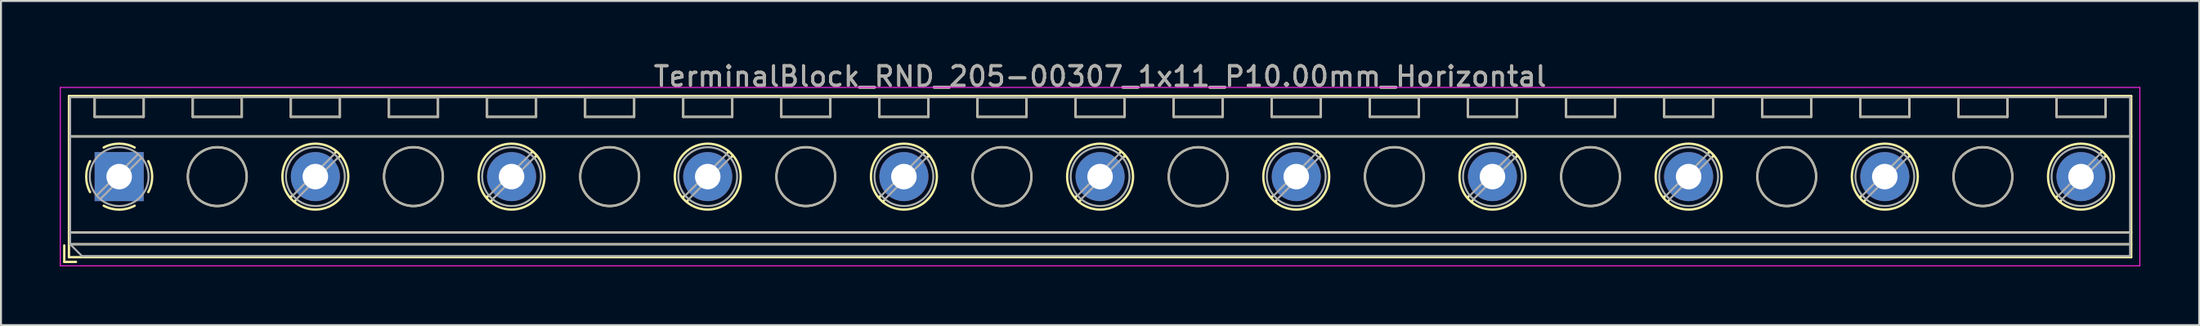
<source format=kicad_pcb>
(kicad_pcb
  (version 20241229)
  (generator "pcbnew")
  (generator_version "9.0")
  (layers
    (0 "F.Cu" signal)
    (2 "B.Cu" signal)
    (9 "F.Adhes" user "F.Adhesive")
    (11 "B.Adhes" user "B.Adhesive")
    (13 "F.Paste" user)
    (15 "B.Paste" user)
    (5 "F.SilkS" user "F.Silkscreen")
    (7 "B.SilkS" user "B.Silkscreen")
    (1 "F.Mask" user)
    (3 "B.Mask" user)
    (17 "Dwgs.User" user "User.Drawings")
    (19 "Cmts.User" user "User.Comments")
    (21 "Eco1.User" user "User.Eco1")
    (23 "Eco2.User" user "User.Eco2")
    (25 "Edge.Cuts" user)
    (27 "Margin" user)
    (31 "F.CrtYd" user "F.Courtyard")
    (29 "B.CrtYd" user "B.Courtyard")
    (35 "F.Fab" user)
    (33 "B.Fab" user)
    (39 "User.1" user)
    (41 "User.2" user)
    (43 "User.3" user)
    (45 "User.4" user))
  (footprint "TerminalBlock_RND_205-00307_1x11_P10.00mm_Horizontal"
    (layer "F.Cu")
    (at 3.025 5.958)
    (property "Reference" "TerminalBlock_RND_205-00307_1x11_P10.00mm_Horizontal" (at 50 -5.11 0) (layer "F.SilkS") (effects (font (size 1 1) (thickness 0.15))))
    (attr through_hole)
    (fp_line (start -2.8 3.51) (end -2.8 4.35) (stroke (width 0.12) (type solid)) (layer "F.SilkS"))
    (fp_line (start -2.8 4.35) (end -2.2 4.35) (stroke (width 0.12) (type solid)) (layer "F.SilkS"))
    (fp_line (start -2.56 -4.11) (end -2.56 4.11) (stroke (width 0.12) (type solid)) (layer "F.SilkS"))
    (fp_line (start -2.56 -4.11) (end 102.56 -4.11) (stroke (width 0.12) (type solid)) (layer "F.SilkS"))
    (fp_line (start -2.56 -2.05) (end 102.56 -2.05) (stroke (width 0.12) (type solid)) (layer "F.SilkS"))
    (fp_line (start -2.56 2.85) (end 102.56 2.85) (stroke (width 0.12) (type solid)) (layer "F.SilkS"))
    (fp_line (start -2.56 3.45) (end 102.56 3.45) (stroke (width 0.12) (type solid)) (layer "F.SilkS"))
    (fp_line (start -2.56 4.11) (end 102.56 4.11) (stroke (width 0.12) (type solid)) (layer "F.SilkS"))
    (fp_line (start -1.25 -4.05) (end -1.25 -3.05) (stroke (width 0.12) (type solid)) (layer "F.SilkS"))
    (fp_line (start -1.25 -4.05) (end 1.25 -4.05) (stroke (width 0.12) (type solid)) (layer "F.SilkS"))
    (fp_line (start -1.25 -3.05) (end 1.25 -3.05) (stroke (width 0.12) (type solid)) (layer "F.SilkS"))
    (fp_line (start 1.25 -4.05) (end 1.25 -3.05) (stroke (width 0.12) (type solid)) (layer "F.SilkS"))
    (fp_line (start 3.75 -4.05) (end 3.75 -3.05) (stroke (width 0.12) (type solid)) (layer "F.SilkS"))
    (fp_line (start 3.75 -4.05) (end 6.25 -4.05) (stroke (width 0.12) (type solid)) (layer "F.SilkS"))
    (fp_line (start 3.75 -3.05) (end 6.25 -3.05) (stroke (width 0.12) (type solid)) (layer "F.SilkS"))
    (fp_line (start 6.25 -4.05) (end 6.25 -3.05) (stroke (width 0.12) (type solid)) (layer "F.SilkS"))
    (fp_line (start 8.75 -4.05) (end 8.75 -3.05) (stroke (width 0.12) (type solid)) (layer "F.SilkS"))
    (fp_line (start 8.75 -4.05) (end 11.25 -4.05) (stroke (width 0.12) (type solid)) (layer "F.SilkS"))
    (fp_line (start 8.75 -3.05) (end 11.25 -3.05) (stroke (width 0.12) (type solid)) (layer "F.SilkS"))
    (fp_line (start 8.82 0.976) (end 8.726 1.069) (stroke (width 0.12) (type solid)) (layer "F.SilkS"))
    (fp_line (start 8.99 1.216) (end 8.931 1.274) (stroke (width 0.12) (type solid)) (layer "F.SilkS"))
    (fp_line (start 11.07 -1.275) (end 11.011 -1.216) (stroke (width 0.12) (type solid)) (layer "F.SilkS"))
    (fp_line (start 11.25 -4.05) (end 11.25 -3.05) (stroke (width 0.12) (type solid)) (layer "F.SilkS"))
    (fp_line (start 11.275 -1.069) (end 11.181 -0.976) (stroke (width 0.12) (type solid)) (layer "F.SilkS"))
    (fp_line (start 13.75 -4.05) (end 13.75 -3.05) (stroke (width 0.12) (type solid)) (layer "F.SilkS"))
    (fp_line (start 13.75 -4.05) (end 16.25 -4.05) (stroke (width 0.12) (type solid)) (layer "F.SilkS"))
    (fp_line (start 13.75 -3.05) (end 16.25 -3.05) (stroke (width 0.12) (type solid)) (layer "F.SilkS"))
    (fp_line (start 16.25 -4.05) (end 16.25 -3.05) (stroke (width 0.12) (type solid)) (layer "F.SilkS"))
    (fp_line (start 18.75 -4.05) (end 18.75 -3.05) (stroke (width 0.12) (type solid)) (layer "F.SilkS"))
    (fp_line (start 18.75 -4.05) (end 21.25 -4.05) (stroke (width 0.12) (type solid)) (layer "F.SilkS"))
    (fp_line (start 18.75 -3.05) (end 21.25 -3.05) (stroke (width 0.12) (type solid)) (layer "F.SilkS"))
    (fp_line (start 18.82 0.976) (end 18.726 1.069) (stroke (width 0.12) (type solid)) (layer "F.SilkS"))
    (fp_line (start 18.99 1.216) (end 18.931 1.274) (stroke (width 0.12) (type solid)) (layer "F.SilkS"))
    (fp_line (start 21.07 -1.275) (end 21.011 -1.216) (stroke (width 0.12) (type solid)) (layer "F.SilkS"))
    (fp_line (start 21.25 -4.05) (end 21.25 -3.05) (stroke (width 0.12) (type solid)) (layer "F.SilkS"))
    (fp_line (start 21.275 -1.069) (end 21.181 -0.976) (stroke (width 0.12) (type solid)) (layer "F.SilkS"))
    (fp_line (start 23.75 -4.05) (end 23.75 -3.05) (stroke (width 0.12) (type solid)) (layer "F.SilkS"))
    (fp_line (start 23.75 -4.05) (end 26.25 -4.05) (stroke (width 0.12) (type solid)) (layer "F.SilkS"))
    (fp_line (start 23.75 -3.05) (end 26.25 -3.05) (stroke (width 0.12) (type solid)) (layer "F.SilkS"))
    (fp_line (start 26.25 -4.05) (end 26.25 -3.05) (stroke (width 0.12) (type solid)) (layer "F.SilkS"))
    (fp_line (start 28.75 -4.05) (end 28.75 -3.05) (stroke (width 0.12) (type solid)) (layer "F.SilkS"))
    (fp_line (start 28.75 -4.05) (end 31.25 -4.05) (stroke (width 0.12) (type solid)) (layer "F.SilkS"))
    (fp_line (start 28.75 -3.05) (end 31.25 -3.05) (stroke (width 0.12) (type solid)) (layer "F.SilkS"))
    (fp_line (start 28.82 0.976) (end 28.726 1.069) (stroke (width 0.12) (type solid)) (layer "F.SilkS"))
    (fp_line (start 28.99 1.216) (end 28.931 1.274) (stroke (width 0.12) (type solid)) (layer "F.SilkS"))
    (fp_line (start 31.07 -1.275) (end 31.011 -1.216) (stroke (width 0.12) (type solid)) (layer "F.SilkS"))
    (fp_line (start 31.25 -4.05) (end 31.25 -3.05) (stroke (width 0.12) (type solid)) (layer "F.SilkS"))
    (fp_line (start 31.275 -1.069) (end 31.181 -0.976) (stroke (width 0.12) (type solid)) (layer "F.SilkS"))
    (fp_line (start 33.75 -4.05) (end 33.75 -3.05) (stroke (width 0.12) (type solid)) (layer "F.SilkS"))
    (fp_line (start 33.75 -4.05) (end 36.25 -4.05) (stroke (width 0.12) (type solid)) (layer "F.SilkS"))
    (fp_line (start 33.75 -3.05) (end 36.25 -3.05) (stroke (width 0.12) (type solid)) (layer "F.SilkS"))
    (fp_line (start 36.25 -4.05) (end 36.25 -3.05) (stroke (width 0.12) (type solid)) (layer "F.SilkS"))
    (fp_line (start 38.75 -4.05) (end 38.75 -3.05) (stroke (width 0.12) (type solid)) (layer "F.SilkS"))
    (fp_line (start 38.75 -4.05) (end 41.25 -4.05) (stroke (width 0.12) (type solid)) (layer "F.SilkS"))
    (fp_line (start 38.75 -3.05) (end 41.25 -3.05) (stroke (width 0.12) (type solid)) (layer "F.SilkS"))
    (fp_line (start 38.82 0.976) (end 38.726 1.069) (stroke (width 0.12) (type solid)) (layer "F.SilkS"))
    (fp_line (start 38.99 1.216) (end 38.931 1.274) (stroke (width 0.12) (type solid)) (layer "F.SilkS"))
    (fp_line (start 41.07 -1.275) (end 41.011 -1.216) (stroke (width 0.12) (type solid)) (layer "F.SilkS"))
    (fp_line (start 41.25 -4.05) (end 41.25 -3.05) (stroke (width 0.12) (type solid)) (layer "F.SilkS"))
    (fp_line (start 41.275 -1.069) (end 41.181 -0.976) (stroke (width 0.12) (type solid)) (layer "F.SilkS"))
    (fp_line (start 43.75 -4.05) (end 43.75 -3.05) (stroke (width 0.12) (type solid)) (layer "F.SilkS"))
    (fp_line (start 43.75 -4.05) (end 46.25 -4.05) (stroke (width 0.12) (type solid)) (layer "F.SilkS"))
    (fp_line (start 43.75 -3.05) (end 46.25 -3.05) (stroke (width 0.12) (type solid)) (layer "F.SilkS"))
    (fp_line (start 46.25 -4.05) (end 46.25 -3.05) (stroke (width 0.12) (type solid)) (layer "F.SilkS"))
    (fp_line (start 48.75 -4.05) (end 48.75 -3.05) (stroke (width 0.12) (type solid)) (layer "F.SilkS"))
    (fp_line (start 48.75 -4.05) (end 51.25 -4.05) (stroke (width 0.12) (type solid)) (layer "F.SilkS"))
    (fp_line (start 48.75 -3.05) (end 51.25 -3.05) (stroke (width 0.12) (type solid)) (layer "F.SilkS"))
    (fp_line (start 48.82 0.976) (end 48.726 1.069) (stroke (width 0.12) (type solid)) (layer "F.SilkS"))
    (fp_line (start 48.99 1.216) (end 48.931 1.274) (stroke (width 0.12) (type solid)) (layer "F.SilkS"))
    (fp_line (start 51.07 -1.275) (end 51.011 -1.216) (stroke (width 0.12) (type solid)) (layer "F.SilkS"))
    (fp_line (start 51.25 -4.05) (end 51.25 -3.05) (stroke (width 0.12) (type solid)) (layer "F.SilkS"))
    (fp_line (start 51.275 -1.069) (end 51.181 -0.976) (stroke (width 0.12) (type solid)) (layer "F.SilkS"))
    (fp_line (start 53.75 -4.05) (end 53.75 -3.05) (stroke (width 0.12) (type solid)) (layer "F.SilkS"))
    (fp_line (start 53.75 -4.05) (end 56.25 -4.05) (stroke (width 0.12) (type solid)) (layer "F.SilkS"))
    (fp_line (start 53.75 -3.05) (end 56.25 -3.05) (stroke (width 0.12) (type solid)) (layer "F.SilkS"))
    (fp_line (start 56.25 -4.05) (end 56.25 -3.05) (stroke (width 0.12) (type solid)) (layer "F.SilkS"))
    (fp_line (start 58.75 -4.05) (end 58.75 -3.05) (stroke (width 0.12) (type solid)) (layer "F.SilkS"))
    (fp_line (start 58.75 -4.05) (end 61.25 -4.05) (stroke (width 0.12) (type solid)) (layer "F.SilkS"))
    (fp_line (start 58.75 -3.05) (end 61.25 -3.05) (stroke (width 0.12) (type solid)) (layer "F.SilkS"))
    (fp_line (start 58.82 0.976) (end 58.726 1.069) (stroke (width 0.12) (type solid)) (layer "F.SilkS"))
    (fp_line (start 58.99 1.216) (end 58.931 1.274) (stroke (width 0.12) (type solid)) (layer "F.SilkS"))
    (fp_line (start 61.07 -1.275) (end 61.011 -1.216) (stroke (width 0.12) (type solid)) (layer "F.SilkS"))
    (fp_line (start 61.25 -4.05) (end 61.25 -3.05) (stroke (width 0.12) (type solid)) (layer "F.SilkS"))
    (fp_line (start 61.275 -1.069) (end 61.181 -0.976) (stroke (width 0.12) (type solid)) (layer "F.SilkS"))
    (fp_line (start 63.75 -4.05) (end 63.75 -3.05) (stroke (width 0.12) (type solid)) (layer "F.SilkS"))
    (fp_line (start 63.75 -4.05) (end 66.25 -4.05) (stroke (width 0.12) (type solid)) (layer "F.SilkS"))
    (fp_line (start 63.75 -3.05) (end 66.25 -3.05) (stroke (width 0.12) (type solid)) (layer "F.SilkS"))
    (fp_line (start 66.25 -4.05) (end 66.25 -3.05) (stroke (width 0.12) (type solid)) (layer "F.SilkS"))
    (fp_line (start 68.75 -4.05) (end 68.75 -3.05) (stroke (width 0.12) (type solid)) (layer "F.SilkS"))
    (fp_line (start 68.75 -4.05) (end 71.25 -4.05) (stroke (width 0.12) (type solid)) (layer "F.SilkS"))
    (fp_line (start 68.75 -3.05) (end 71.25 -3.05) (stroke (width 0.12) (type solid)) (layer "F.SilkS"))
    (fp_line (start 68.82 0.976) (end 68.726 1.069) (stroke (width 0.12) (type solid)) (layer "F.SilkS"))
    (fp_line (start 68.99 1.216) (end 68.931 1.274) (stroke (width 0.12) (type solid)) (layer "F.SilkS"))
    (fp_line (start 71.07 -1.275) (end 71.011 -1.216) (stroke (width 0.12) (type solid)) (layer "F.SilkS"))
    (fp_line (start 71.25 -4.05) (end 71.25 -3.05) (stroke (width 0.12) (type solid)) (layer "F.SilkS"))
    (fp_line (start 71.275 -1.069) (end 71.181 -0.976) (stroke (width 0.12) (type solid)) (layer "F.SilkS"))
    (fp_line (start 73.75 -4.05) (end 73.75 -3.05) (stroke (width 0.12) (type solid)) (layer "F.SilkS"))
    (fp_line (start 73.75 -4.05) (end 76.25 -4.05) (stroke (width 0.12) (type solid)) (layer "F.SilkS"))
    (fp_line (start 73.75 -3.05) (end 76.25 -3.05) (stroke (width 0.12) (type solid)) (layer "F.SilkS"))
    (fp_line (start 76.25 -4.05) (end 76.25 -3.05) (stroke (width 0.12) (type solid)) (layer "F.SilkS"))
    (fp_line (start 78.75 -4.05) (end 78.75 -3.05) (stroke (width 0.12) (type solid)) (layer "F.SilkS"))
    (fp_line (start 78.75 -4.05) (end 81.25 -4.05) (stroke (width 0.12) (type solid)) (layer "F.SilkS"))
    (fp_line (start 78.75 -3.05) (end 81.25 -3.05) (stroke (width 0.12) (type solid)) (layer "F.SilkS"))
    (fp_line (start 78.82 0.976) (end 78.726 1.069) (stroke (width 0.12) (type solid)) (layer "F.SilkS"))
    (fp_line (start 78.99 1.216) (end 78.931 1.274) (stroke (width 0.12) (type solid)) (layer "F.SilkS"))
    (fp_line (start 81.07 -1.275) (end 81.011 -1.216) (stroke (width 0.12) (type solid)) (layer "F.SilkS"))
    (fp_line (start 81.25 -4.05) (end 81.25 -3.05) (stroke (width 0.12) (type solid)) (layer "F.SilkS"))
    (fp_line (start 81.275 -1.069) (end 81.181 -0.976) (stroke (width 0.12) (type solid)) (layer "F.SilkS"))
    (fp_line (start 83.75 -4.05) (end 83.75 -3.05) (stroke (width 0.12) (type solid)) (layer "F.SilkS"))
    (fp_line (start 83.75 -4.05) (end 86.25 -4.05) (stroke (width 0.12) (type solid)) (layer "F.SilkS"))
    (fp_line (start 83.75 -3.05) (end 86.25 -3.05) (stroke (width 0.12) (type solid)) (layer "F.SilkS"))
    (fp_line (start 86.25 -4.05) (end 86.25 -3.05) (stroke (width 0.12) (type solid)) (layer "F.SilkS"))
    (fp_line (start 88.75 -4.05) (end 88.75 -3.05) (stroke (width 0.12) (type solid)) (layer "F.SilkS"))
    (fp_line (start 88.75 -4.05) (end 91.25 -4.05) (stroke (width 0.12) (type solid)) (layer "F.SilkS"))
    (fp_line (start 88.75 -3.05) (end 91.25 -3.05) (stroke (width 0.12) (type solid)) (layer "F.SilkS"))
    (fp_line (start 88.82 0.976) (end 88.726 1.069) (stroke (width 0.12) (type solid)) (layer "F.SilkS"))
    (fp_line (start 88.99 1.216) (end 88.931 1.274) (stroke (width 0.12) (type solid)) (layer "F.SilkS"))
    (fp_line (start 91.07 -1.275) (end 91.011 -1.216) (stroke (width 0.12) (type solid)) (layer "F.SilkS"))
    (fp_line (start 91.25 -4.05) (end 91.25 -3.05) (stroke (width 0.12) (type solid)) (layer "F.SilkS"))
    (fp_line (start 91.275 -1.069) (end 91.181 -0.976) (stroke (width 0.12) (type solid)) (layer "F.SilkS"))
    (fp_line (start 93.75 -4.05) (end 93.75 -3.05) (stroke (width 0.12) (type solid)) (layer "F.SilkS"))
    (fp_line (start 93.75 -4.05) (end 96.25 -4.05) (stroke (width 0.12) (type solid)) (layer "F.SilkS"))
    (fp_line (start 93.75 -3.05) (end 96.25 -3.05) (stroke (width 0.12) (type solid)) (layer "F.SilkS"))
    (fp_line (start 96.25 -4.05) (end 96.25 -3.05) (stroke (width 0.12) (type solid)) (layer "F.SilkS"))
    (fp_line (start 98.75 -4.05) (end 98.75 -3.05) (stroke (width 0.12) (type solid)) (layer "F.SilkS"))
    (fp_line (start 98.75 -4.05) (end 101.25 -4.05) (stroke (width 0.12) (type solid)) (layer "F.SilkS"))
    (fp_line (start 98.75 -3.05) (end 101.25 -3.05) (stroke (width 0.12) (type solid)) (layer "F.SilkS"))
    (fp_line (start 98.82 0.976) (end 98.726 1.069) (stroke (width 0.12) (type solid)) (layer "F.SilkS"))
    (fp_line (start 98.99 1.216) (end 98.931 1.274) (stroke (width 0.12) (type solid)) (layer "F.SilkS"))
    (fp_line (start 101.07 -1.275) (end 101.011 -1.216) (stroke (width 0.12) (type solid)) (layer "F.SilkS"))
    (fp_line (start 101.25 -4.05) (end 101.25 -3.05) (stroke (width 0.12) (type solid)) (layer "F.SilkS"))
    (fp_line (start 101.275 -1.069) (end 101.181 -0.976) (stroke (width 0.12) (type solid)) (layer "F.SilkS"))
    (fp_line (start 102.56 -4.11) (end 102.56 4.11) (stroke (width 0.12) (type solid)) (layer "F.SilkS"))
    (fp_arc (start -1.483953 0.789089) (mid -1.680708 0.00005) (end -1.484 -0.789) (stroke (width 0.12) (type solid)) (layer "F.SilkS"))
    (fp_arc (start -0.789089 -1.483953) (mid -0.00005 -1.680708) (end 0.789 -1.484) (stroke (width 0.12) (type solid)) (layer "F.SilkS"))
    (fp_arc (start 0.029383 1.68045) (mid -0.392304 1.634281) (end -0.789 1.484) (stroke (width 0.12) (type solid)) (layer "F.SilkS"))
    (fp_arc (start 0.788712 1.483352) (mid 0.406429 1.630097) (end 0 1.68) (stroke (width 0.12) (type solid)) (layer "F.SilkS"))
    (fp_arc (start 1.483953 -0.789089) (mid 1.680708 -0.00005) (end 1.484 0.789) (stroke (width 0.12) (type solid)) (layer "F.SilkS"))
    (fp_circle (center 5 0) (end 6.5 0) (stroke (width 0.12) (type solid)) (fill no) (layer "F.SilkS"))
    (fp_circle (center 10 0) (end 11.68 0) (stroke (width 0.12) (type solid)) (fill no) (layer "F.SilkS"))
    (fp_circle (center 15 0) (end 16.5 0) (stroke (width 0.12) (type solid)) (fill no) (layer "F.SilkS"))
    (fp_circle (center 20 0) (end 21.68 0) (stroke (width 0.12) (type solid)) (fill no) (layer "F.SilkS"))
    (fp_circle (center 25 0) (end 26.5 0) (stroke (width 0.12) (type solid)) (fill no) (layer "F.SilkS"))
    (fp_circle (center 30 0) (end 31.68 0) (stroke (width 0.12) (type solid)) (fill no) (layer "F.SilkS"))
    (fp_circle (center 35 0) (end 36.5 0) (stroke (width 0.12) (type solid)) (fill no) (layer "F.SilkS"))
    (fp_circle (center 40 0) (end 41.68 0) (stroke (width 0.12) (type solid)) (fill no) (layer "F.SilkS"))
    (fp_circle (center 45 0) (end 46.5 0) (stroke (width 0.12) (type solid)) (fill no) (layer "F.SilkS"))
    (fp_circle (center 50 0) (end 51.68 0) (stroke (width 0.12) (type solid)) (fill no) (layer "F.SilkS"))
    (fp_circle (center 55 0) (end 56.5 0) (stroke (width 0.12) (type solid)) (fill no) (layer "F.SilkS"))
    (fp_circle (center 60 0) (end 61.68 0) (stroke (width 0.12) (type solid)) (fill no) (layer "F.SilkS"))
    (fp_circle (center 65 0) (end 66.5 0) (stroke (width 0.12) (type solid)) (fill no) (layer "F.SilkS"))
    (fp_circle (center 70 0) (end 71.68 0) (stroke (width 0.12) (type solid)) (fill no) (layer "F.SilkS"))
    (fp_circle (center 75 0) (end 76.5 0) (stroke (width 0.12) (type solid)) (fill no) (layer "F.SilkS"))
    (fp_circle (center 80 0) (end 81.68 0) (stroke (width 0.12) (type solid)) (fill no) (layer "F.SilkS"))
    (fp_circle (center 85 0) (end 86.5 0) (stroke (width 0.12) (type solid)) (fill no) (layer "F.SilkS"))
    (fp_circle (center 90 0) (end 91.68 0) (stroke (width 0.12) (type solid)) (fill no) (layer "F.SilkS"))
    (fp_circle (center 95 0) (end 96.5 0) (stroke (width 0.12) (type solid)) (fill no) (layer "F.SilkS"))
    (fp_circle (center 100 0) (end 101.68 0) (stroke (width 0.12) (type solid)) (fill no) (layer "F.SilkS"))
    (fp_line (start -3 -4.55) (end -3 4.55) (stroke (width 0.05) (type solid)) (layer "F.CrtYd"))
    (fp_line (start -3 4.55) (end 103 4.55) (stroke (width 0.05) (type solid)) (layer "F.CrtYd"))
    (fp_line (start 103 -4.55) (end -3 -4.55) (stroke (width 0.05) (type solid)) (layer "F.CrtYd"))
    (fp_line (start 103 4.55) (end 103 -4.55) (stroke (width 0.05) (type solid)) (layer "F.CrtYd"))
    (fp_line (start -2.5 -4.05) (end 102.5 -4.05) (stroke (width 0.1) (type solid)) (layer "F.Fab"))
    (fp_line (start -2.5 -2.05) (end 102.5 -2.05) (stroke (width 0.1) (type solid)) (layer "F.Fab"))
    (fp_line (start -2.5 2.85) (end 102.5 2.85) (stroke (width 0.1) (type solid)) (layer "F.Fab"))
    (fp_line (start -2.5 3.45) (end -2.5 -4.05) (stroke (width 0.1) (type solid)) (layer "F.Fab"))
    (fp_line (start -2.5 3.45) (end 102.5 3.45) (stroke (width 0.1) (type solid)) (layer "F.Fab"))
    (fp_line (start -1.9 4.05) (end -2.5 3.45) (stroke (width 0.1) (type solid)) (layer "F.Fab"))
    (fp_line (start -1.25 -4.05) (end -1.25 -3.05) (stroke (width 0.1) (type solid)) (layer "F.Fab"))
    (fp_line (start -1.25 -3.05) (end 1.25 -3.05) (stroke (width 0.1) (type solid)) (layer "F.Fab"))
    (fp_line (start 0.955 -1.138) (end -1.138 0.955) (stroke (width 0.1) (type solid)) (layer "F.Fab"))
    (fp_line (start 1.138 -0.955) (end -0.955 1.138) (stroke (width 0.1) (type solid)) (layer "F.Fab"))
    (fp_line (start 1.25 -4.05) (end -1.25 -4.05) (stroke (width 0.1) (type solid)) (layer "F.Fab"))
    (fp_line (start 1.25 -3.05) (end 1.25 -4.05) (stroke (width 0.1) (type solid)) (layer "F.Fab"))
    (fp_line (start 3.75 -4.05) (end 3.75 -3.05) (stroke (width 0.1) (type solid)) (layer "F.Fab"))
    (fp_line (start 3.75 -3.05) (end 6.25 -3.05) (stroke (width 0.1) (type solid)) (layer "F.Fab"))
    (fp_line (start 6.25 -4.05) (end 3.75 -4.05) (stroke (width 0.1) (type solid)) (layer "F.Fab"))
    (fp_line (start 6.25 -3.05) (end 6.25 -4.05) (stroke (width 0.1) (type solid)) (layer "F.Fab"))
    (fp_line (start 8.75 -4.05) (end 8.75 -3.05) (stroke (width 0.1) (type solid)) (layer "F.Fab"))
    (fp_line (start 8.75 -3.05) (end 11.25 -3.05) (stroke (width 0.1) (type solid)) (layer "F.Fab"))
    (fp_line (start 10.955 -1.138) (end 8.863 0.955) (stroke (width 0.1) (type solid)) (layer "F.Fab"))
    (fp_line (start 11.138 -0.955) (end 9.046 1.138) (stroke (width 0.1) (type solid)) (layer "F.Fab"))
    (fp_line (start 11.25 -4.05) (end 8.75 -4.05) (stroke (width 0.1) (type solid)) (layer "F.Fab"))
    (fp_line (start 11.25 -3.05) (end 11.25 -4.05) (stroke (width 0.1) (type solid)) (layer "F.Fab"))
    (fp_line (start 13.75 -4.05) (end 13.75 -3.05) (stroke (width 0.1) (type solid)) (layer "F.Fab"))
    (fp_line (start 13.75 -3.05) (end 16.25 -3.05) (stroke (width 0.1) (type solid)) (layer "F.Fab"))
    (fp_line (start 16.25 -4.05) (end 13.75 -4.05) (stroke (width 0.1) (type solid)) (layer "F.Fab"))
    (fp_line (start 16.25 -3.05) (end 16.25 -4.05) (stroke (width 0.1) (type solid)) (layer "F.Fab"))
    (fp_line (start 18.75 -4.05) (end 18.75 -3.05) (stroke (width 0.1) (type solid)) (layer "F.Fab"))
    (fp_line (start 18.75 -3.05) (end 21.25 -3.05) (stroke (width 0.1) (type solid)) (layer "F.Fab"))
    (fp_line (start 20.955 -1.138) (end 18.863 0.955) (stroke (width 0.1) (type solid)) (layer "F.Fab"))
    (fp_line (start 21.138 -0.955) (end 19.046 1.138) (stroke (width 0.1) (type solid)) (layer "F.Fab"))
    (fp_line (start 21.25 -4.05) (end 18.75 -4.05) (stroke (width 0.1) (type solid)) (layer "F.Fab"))
    (fp_line (start 21.25 -3.05) (end 21.25 -4.05) (stroke (width 0.1) (type solid)) (layer "F.Fab"))
    (fp_line (start 23.75 -4.05) (end 23.75 -3.05) (stroke (width 0.1) (type solid)) (layer "F.Fab"))
    (fp_line (start 23.75 -3.05) (end 26.25 -3.05) (stroke (width 0.1) (type solid)) (layer "F.Fab"))
    (fp_line (start 26.25 -4.05) (end 23.75 -4.05) (stroke (width 0.1) (type solid)) (layer "F.Fab"))
    (fp_line (start 26.25 -3.05) (end 26.25 -4.05) (stroke (width 0.1) (type solid)) (layer "F.Fab"))
    (fp_line (start 28.75 -4.05) (end 28.75 -3.05) (stroke (width 0.1) (type solid)) (layer "F.Fab"))
    (fp_line (start 28.75 -3.05) (end 31.25 -3.05) (stroke (width 0.1) (type solid)) (layer "F.Fab"))
    (fp_line (start 30.955 -1.138) (end 28.863 0.955) (stroke (width 0.1) (type solid)) (layer "F.Fab"))
    (fp_line (start 31.138 -0.955) (end 29.046 1.138) (stroke (width 0.1) (type solid)) (layer "F.Fab"))
    (fp_line (start 31.25 -4.05) (end 28.75 -4.05) (stroke (width 0.1) (type solid)) (layer "F.Fab"))
    (fp_line (start 31.25 -3.05) (end 31.25 -4.05) (stroke (width 0.1) (type solid)) (layer "F.Fab"))
    (fp_line (start 33.75 -4.05) (end 33.75 -3.05) (stroke (width 0.1) (type solid)) (layer "F.Fab"))
    (fp_line (start 33.75 -3.05) (end 36.25 -3.05) (stroke (width 0.1) (type solid)) (layer "F.Fab"))
    (fp_line (start 36.25 -4.05) (end 33.75 -4.05) (stroke (width 0.1) (type solid)) (layer "F.Fab"))
    (fp_line (start 36.25 -3.05) (end 36.25 -4.05) (stroke (width 0.1) (type solid)) (layer "F.Fab"))
    (fp_line (start 38.75 -4.05) (end 38.75 -3.05) (stroke (width 0.1) (type solid)) (layer "F.Fab"))
    (fp_line (start 38.75 -3.05) (end 41.25 -3.05) (stroke (width 0.1) (type solid)) (layer "F.Fab"))
    (fp_line (start 40.955 -1.138) (end 38.863 0.955) (stroke (width 0.1) (type solid)) (layer "F.Fab"))
    (fp_line (start 41.138 -0.955) (end 39.046 1.138) (stroke (width 0.1) (type solid)) (layer "F.Fab"))
    (fp_line (start 41.25 -4.05) (end 38.75 -4.05) (stroke (width 0.1) (type solid)) (layer "F.Fab"))
    (fp_line (start 41.25 -3.05) (end 41.25 -4.05) (stroke (width 0.1) (type solid)) (layer "F.Fab"))
    (fp_line (start 43.75 -4.05) (end 43.75 -3.05) (stroke (width 0.1) (type solid)) (layer "F.Fab"))
    (fp_line (start 43.75 -3.05) (end 46.25 -3.05) (stroke (width 0.1) (type solid)) (layer "F.Fab"))
    (fp_line (start 46.25 -4.05) (end 43.75 -4.05) (stroke (width 0.1) (type solid)) (layer "F.Fab"))
    (fp_line (start 46.25 -3.05) (end 46.25 -4.05) (stroke (width 0.1) (type solid)) (layer "F.Fab"))
    (fp_line (start 48.75 -4.05) (end 48.75 -3.05) (stroke (width 0.1) (type solid)) (layer "F.Fab"))
    (fp_line (start 48.75 -3.05) (end 51.25 -3.05) (stroke (width 0.1) (type solid)) (layer "F.Fab"))
    (fp_line (start 50.955 -1.138) (end 48.863 0.955) (stroke (width 0.1) (type solid)) (layer "F.Fab"))
    (fp_line (start 51.138 -0.955) (end 49.046 1.138) (stroke (width 0.1) (type solid)) (layer "F.Fab"))
    (fp_line (start 51.25 -4.05) (end 48.75 -4.05) (stroke (width 0.1) (type solid)) (layer "F.Fab"))
    (fp_line (start 51.25 -3.05) (end 51.25 -4.05) (stroke (width 0.1) (type solid)) (layer "F.Fab"))
    (fp_line (start 53.75 -4.05) (end 53.75 -3.05) (stroke (width 0.1) (type solid)) (layer "F.Fab"))
    (fp_line (start 53.75 -3.05) (end 56.25 -3.05) (stroke (width 0.1) (type solid)) (layer "F.Fab"))
    (fp_line (start 56.25 -4.05) (end 53.75 -4.05) (stroke (width 0.1) (type solid)) (layer "F.Fab"))
    (fp_line (start 56.25 -3.05) (end 56.25 -4.05) (stroke (width 0.1) (type solid)) (layer "F.Fab"))
    (fp_line (start 58.75 -4.05) (end 58.75 -3.05) (stroke (width 0.1) (type solid)) (layer "F.Fab"))
    (fp_line (start 58.75 -3.05) (end 61.25 -3.05) (stroke (width 0.1) (type solid)) (layer "F.Fab"))
    (fp_line (start 60.955 -1.138) (end 58.863 0.955) (stroke (width 0.1) (type solid)) (layer "F.Fab"))
    (fp_line (start 61.138 -0.955) (end 59.046 1.138) (stroke (width 0.1) (type solid)) (layer "F.Fab"))
    (fp_line (start 61.25 -4.05) (end 58.75 -4.05) (stroke (width 0.1) (type solid)) (layer "F.Fab"))
    (fp_line (start 61.25 -3.05) (end 61.25 -4.05) (stroke (width 0.1) (type solid)) (layer "F.Fab"))
    (fp_line (start 63.75 -4.05) (end 63.75 -3.05) (stroke (width 0.1) (type solid)) (layer "F.Fab"))
    (fp_line (start 63.75 -3.05) (end 66.25 -3.05) (stroke (width 0.1) (type solid)) (layer "F.Fab"))
    (fp_line (start 66.25 -4.05) (end 63.75 -4.05) (stroke (width 0.1) (type solid)) (layer "F.Fab"))
    (fp_line (start 66.25 -3.05) (end 66.25 -4.05) (stroke (width 0.1) (type solid)) (layer "F.Fab"))
    (fp_line (start 68.75 -4.05) (end 68.75 -3.05) (stroke (width 0.1) (type solid)) (layer "F.Fab"))
    (fp_line (start 68.75 -3.05) (end 71.25 -3.05) (stroke (width 0.1) (type solid)) (layer "F.Fab"))
    (fp_line (start 70.955 -1.138) (end 68.863 0.955) (stroke (width 0.1) (type solid)) (layer "F.Fab"))
    (fp_line (start 71.138 -0.955) (end 69.046 1.138) (stroke (width 0.1) (type solid)) (layer "F.Fab"))
    (fp_line (start 71.25 -4.05) (end 68.75 -4.05) (stroke (width 0.1) (type solid)) (layer "F.Fab"))
    (fp_line (start 71.25 -3.05) (end 71.25 -4.05) (stroke (width 0.1) (type solid)) (layer "F.Fab"))
    (fp_line (start 73.75 -4.05) (end 73.75 -3.05) (stroke (width 0.1) (type solid)) (layer "F.Fab"))
    (fp_line (start 73.75 -3.05) (end 76.25 -3.05) (stroke (width 0.1) (type solid)) (layer "F.Fab"))
    (fp_line (start 76.25 -4.05) (end 73.75 -4.05) (stroke (width 0.1) (type solid)) (layer "F.Fab"))
    (fp_line (start 76.25 -3.05) (end 76.25 -4.05) (stroke (width 0.1) (type solid)) (layer "F.Fab"))
    (fp_line (start 78.75 -4.05) (end 78.75 -3.05) (stroke (width 0.1) (type solid)) (layer "F.Fab"))
    (fp_line (start 78.75 -3.05) (end 81.25 -3.05) (stroke (width 0.1) (type solid)) (layer "F.Fab"))
    (fp_line (start 80.955 -1.138) (end 78.863 0.955) (stroke (width 0.1) (type solid)) (layer "F.Fab"))
    (fp_line (start 81.138 -0.955) (end 79.046 1.138) (stroke (width 0.1) (type solid)) (layer "F.Fab"))
    (fp_line (start 81.25 -4.05) (end 78.75 -4.05) (stroke (width 0.1) (type solid)) (layer "F.Fab"))
    (fp_line (start 81.25 -3.05) (end 81.25 -4.05) (stroke (width 0.1) (type solid)) (layer "F.Fab"))
    (fp_line (start 83.75 -4.05) (end 83.75 -3.05) (stroke (width 0.1) (type solid)) (layer "F.Fab"))
    (fp_line (start 83.75 -3.05) (end 86.25 -3.05) (stroke (width 0.1) (type solid)) (layer "F.Fab"))
    (fp_line (start 86.25 -4.05) (end 83.75 -4.05) (stroke (width 0.1) (type solid)) (layer "F.Fab"))
    (fp_line (start 86.25 -3.05) (end 86.25 -4.05) (stroke (width 0.1) (type solid)) (layer "F.Fab"))
    (fp_line (start 88.75 -4.05) (end 88.75 -3.05) (stroke (width 0.1) (type solid)) (layer "F.Fab"))
    (fp_line (start 88.75 -3.05) (end 91.25 -3.05) (stroke (width 0.1) (type solid)) (layer "F.Fab"))
    (fp_line (start 90.955 -1.138) (end 88.863 0.955) (stroke (width 0.1) (type solid)) (layer "F.Fab"))
    (fp_line (start 91.138 -0.955) (end 89.046 1.138) (stroke (width 0.1) (type solid)) (layer "F.Fab"))
    (fp_line (start 91.25 -4.05) (end 88.75 -4.05) (stroke (width 0.1) (type solid)) (layer "F.Fab"))
    (fp_line (start 91.25 -3.05) (end 91.25 -4.05) (stroke (width 0.1) (type solid)) (layer "F.Fab"))
    (fp_line (start 93.75 -4.05) (end 93.75 -3.05) (stroke (width 0.1) (type solid)) (layer "F.Fab"))
    (fp_line (start 93.75 -3.05) (end 96.25 -3.05) (stroke (width 0.1) (type solid)) (layer "F.Fab"))
    (fp_line (start 96.25 -4.05) (end 93.75 -4.05) (stroke (width 0.1) (type solid)) (layer "F.Fab"))
    (fp_line (start 96.25 -3.05) (end 96.25 -4.05) (stroke (width 0.1) (type solid)) (layer "F.Fab"))
    (fp_line (start 98.75 -4.05) (end 98.75 -3.05) (stroke (width 0.1) (type solid)) (layer "F.Fab"))
    (fp_line (start 98.75 -3.05) (end 101.25 -3.05) (stroke (width 0.1) (type solid)) (layer "F.Fab"))
    (fp_line (start 100.955 -1.138) (end 98.863 0.955) (stroke (width 0.1) (type solid)) (layer "F.Fab"))
    (fp_line (start 101.138 -0.955) (end 99.046 1.138) (stroke (width 0.1) (type solid)) (layer "F.Fab"))
    (fp_line (start 101.25 -4.05) (end 98.75 -4.05) (stroke (width 0.1) (type solid)) (layer "F.Fab"))
    (fp_line (start 101.25 -3.05) (end 101.25 -4.05) (stroke (width 0.1) (type solid)) (layer "F.Fab"))
    (fp_line (start 102.5 -4.05) (end 102.5 4.05) (stroke (width 0.1) (type solid)) (layer "F.Fab"))
    (fp_line (start 102.5 4.05) (end -1.9 4.05) (stroke (width 0.1) (type solid)) (layer "F.Fab"))
    (fp_circle (center 0 0) (end 1.5 0) (stroke (width 0.1) (type solid)) (fill no) (layer "F.Fab"))
    (fp_circle (center 5 0) (end 6.5 0) (stroke (width 0.1) (type solid)) (fill no) (layer "F.Fab"))
    (fp_circle (center 10 0) (end 11.5 0) (stroke (width 0.1) (type solid)) (fill no) (layer "F.Fab"))
    (fp_circle (center 15 0) (end 16.5 0) (stroke (width 0.1) (type solid)) (fill no) (layer "F.Fab"))
    (fp_circle (center 20 0) (end 21.5 0) (stroke (width 0.1) (type solid)) (fill no) (layer "F.Fab"))
    (fp_circle (center 25 0) (end 26.5 0) (stroke (width 0.1) (type solid)) (fill no) (layer "F.Fab"))
    (fp_circle (center 30 0) (end 31.5 0) (stroke (width 0.1) (type solid)) (fill no) (layer "F.Fab"))
    (fp_circle (center 35 0) (end 36.5 0) (stroke (width 0.1) (type solid)) (fill no) (layer "F.Fab"))
    (fp_circle (center 40 0) (end 41.5 0) (stroke (width 0.1) (type solid)) (fill no) (layer "F.Fab"))
    (fp_circle (center 45 0) (end 46.5 0) (stroke (width 0.1) (type solid)) (fill no) (layer "F.Fab"))
    (fp_circle (center 50 0) (end 51.5 0) (stroke (width 0.1) (type solid)) (fill no) (layer "F.Fab"))
    (fp_circle (center 55 0) (end 56.5 0) (stroke (width 0.1) (type solid)) (fill no) (layer "F.Fab"))
    (fp_circle (center 60 0) (end 61.5 0) (stroke (width 0.1) (type solid)) (fill no) (layer "F.Fab"))
    (fp_circle (center 65 0) (end 66.5 0) (stroke (width 0.1) (type solid)) (fill no) (layer "F.Fab"))
    (fp_circle (center 70 0) (end 71.5 0) (stroke (width 0.1) (type solid)) (fill no) (layer "F.Fab"))
    (fp_circle (center 75 0) (end 76.5 0) (stroke (width 0.1) (type solid)) (fill no) (layer "F.Fab"))
    (fp_circle (center 80 0) (end 81.5 0) (stroke (width 0.1) (type solid)) (fill no) (layer "F.Fab"))
    (fp_circle (center 85 0) (end 86.5 0) (stroke (width 0.1) (type solid)) (fill no) (layer "F.Fab"))
    (fp_circle (center 90 0) (end 91.5 0) (stroke (width 0.1) (type solid)) (fill no) (layer "F.Fab"))
    (fp_circle (center 95 0) (end 96.5 0) (stroke (width 0.1) (type solid)) (fill no) (layer "F.Fab"))
    (fp_circle (center 100 0) (end 101.5 0) (stroke (width 0.1) (type solid)) (fill no) (layer "F.Fab"))
    (fp_text user "${REFERENCE}" (at 50 -5.11 0) (layer "F.Fab") (effects (font (size 1 1) (thickness 0.15))))
    (pad "1" thru_hole rect (at 0 0) (size 2.5 2.5) (drill 1.3) (layers "*.Cu" "*.Mask"))
    (pad "2" thru_hole circle (at 10 0) (size 2.5 2.5) (drill 1.3) (layers "*.Cu" "*.Mask"))
    (pad "3" thru_hole circle (at 20 0) (size 2.5 2.5) (drill 1.3) (layers "*.Cu" "*.Mask"))
    (pad "4" thru_hole circle (at 30 0) (size 2.5 2.5) (drill 1.3) (layers "*.Cu" "*.Mask"))
    (pad "5" thru_hole circle (at 40 0) (size 2.5 2.5) (drill 1.3) (layers "*.Cu" "*.Mask"))
    (pad "6" thru_hole circle (at 50 0) (size 2.5 2.5) (drill 1.3) (layers "*.Cu" "*.Mask"))
    (pad "7" thru_hole circle (at 60 0) (size 2.5 2.5) (drill 1.3) (layers "*.Cu" "*.Mask"))
    (pad "8" thru_hole circle (at 70 0) (size 2.5 2.5) (drill 1.3) (layers "*.Cu" "*.Mask"))
    (pad "9" thru_hole circle (at 80 0) (size 2.5 2.5) (drill 1.3) (layers "*.Cu" "*.Mask"))
    (pad "10" thru_hole circle (at 90 0) (size 2.5 2.5) (drill 1.3) (layers "*.Cu" "*.Mask"))
    (pad "11" thru_hole circle (at 100 0) (size 2.5 2.5) (drill 1.3) (layers "*.Cu" "*.Mask")))
  (gr_rect
    (start -3 -3)
    (end 109.05 13.533)
    (stroke (width 0.1) (type default))
    (fill no)
    (layer "Edge.Cuts")))
</source>
